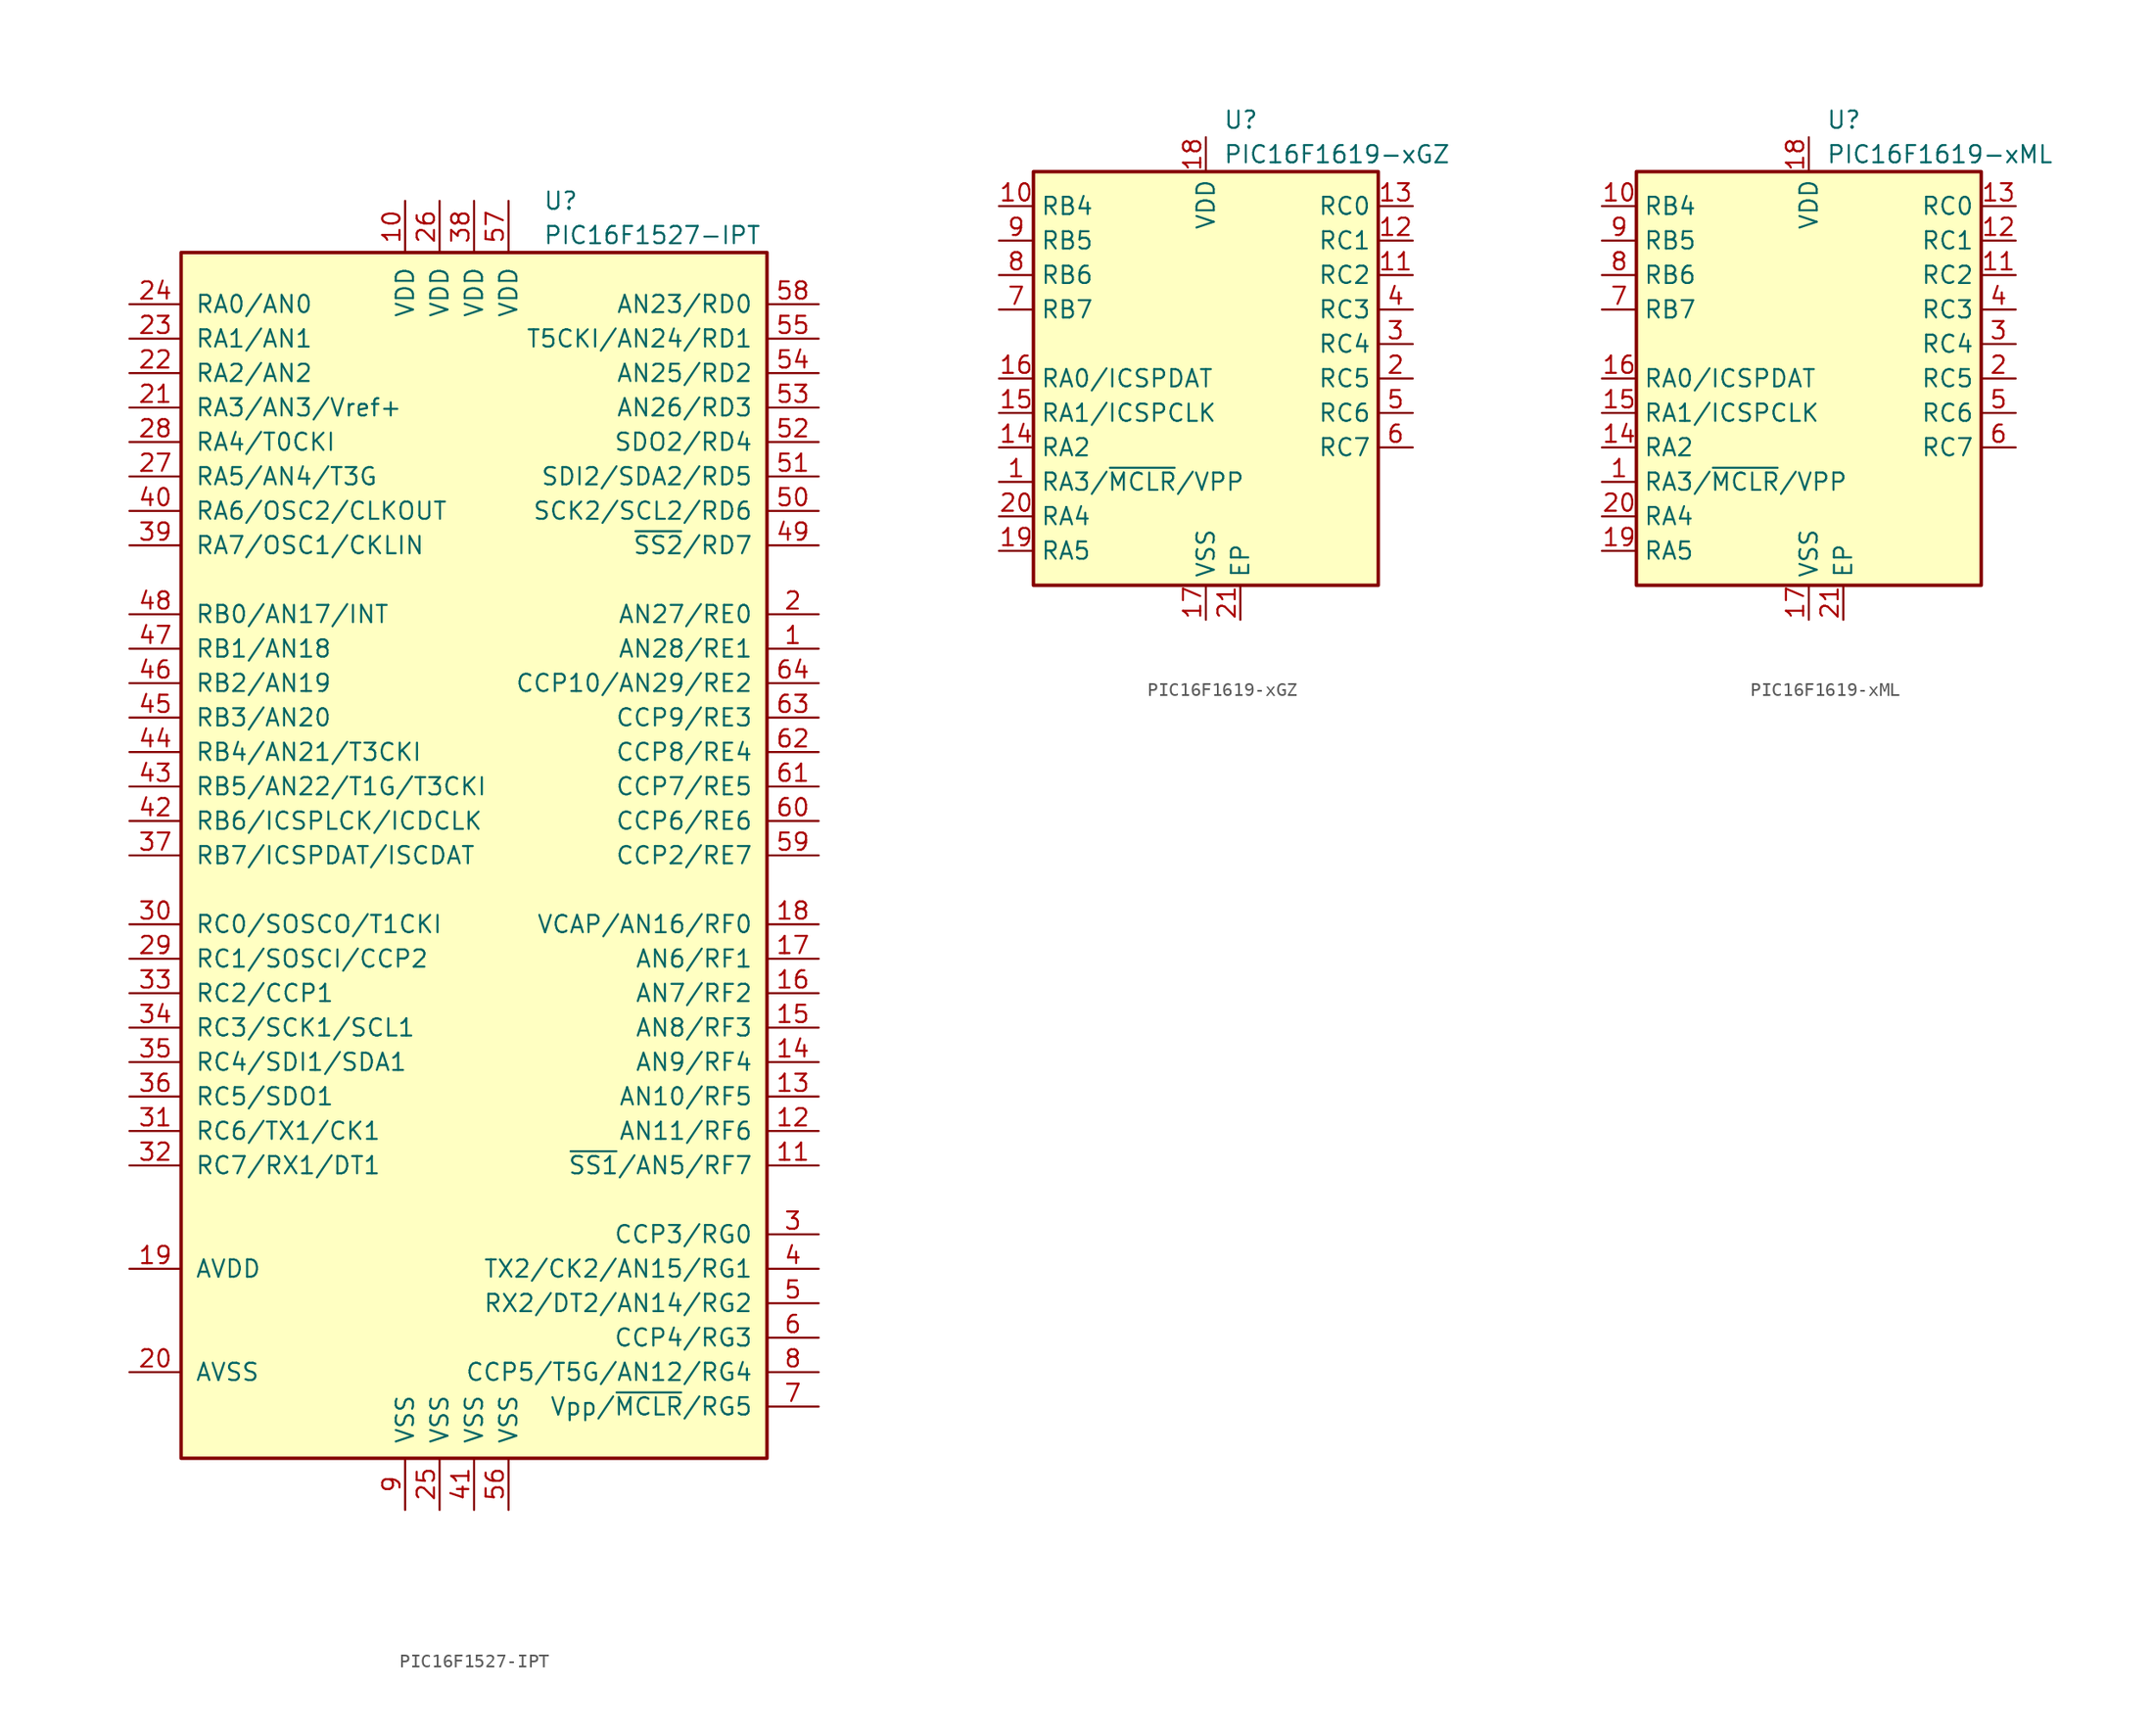
<source format=kicad_sym>
(kicad_symbol_lib
  (version 20200908)
  (generator kicad_symbol_editor)
  (symbol "MCU_Microchip_PIC16:PIC16F1527-IPT"
    (pin_names
      (offset 1.016))
    (property "Reference" "U"
      (at 5.08 48.26 0)
      (effects (font (size 1.27 1.27)) (justify left)))
    (property "Value" "PIC16F1527-IPT"
      (at 5.08 45.72 0)
      (effects (font (size 1.27 1.27)) (justify left)))
    (symbol "PIC16F1527-IPT_0_1"
      (rectangle (start -21.59 44.45) (end 21.59 -44.45) (stroke (width 0.254)) (fill (type background))))
    (symbol "PIC16F1527-IPT_1_1"
      (pin bidirectional line (at 25.4 15.24 180) (length 3.81) (name "AN28/RE1" (effects (font (size 1.27 1.27)))) (number "1" (effects (font (size 1.27 1.27)))))
      (pin power_in line (at -5.08 48.26 270) (length 3.81) (name "VDD" (effects (font (size 1.27 1.27)))) (number "10" (effects (font (size 1.27 1.27)))))
      (pin bidirectional line (at 25.4 -22.86 180) (length 3.81) (name "~SS1~/AN5/RF7" (effects (font (size 1.27 1.27)))) (number "11" (effects (font (size 1.27 1.27)))))
      (pin bidirectional line (at 25.4 -20.32 180) (length 3.81) (name "AN11/RF6" (effects (font (size 1.27 1.27)))) (number "12" (effects (font (size 1.27 1.27)))))
      (pin bidirectional line (at 25.4 -17.78 180) (length 3.81) (name "AN10/RF5" (effects (font (size 1.27 1.27)))) (number "13" (effects (font (size 1.27 1.27)))))
      (pin bidirectional line (at 25.4 -15.24 180) (length 3.81) (name "AN9/RF4" (effects (font (size 1.27 1.27)))) (number "14" (effects (font (size 1.27 1.27)))))
      (pin bidirectional line (at 25.4 -12.7 180) (length 3.81) (name "AN8/RF3" (effects (font (size 1.27 1.27)))) (number "15" (effects (font (size 1.27 1.27)))))
      (pin bidirectional line (at 25.4 -10.16 180) (length 3.81) (name "AN7/RF2" (effects (font (size 1.27 1.27)))) (number "16" (effects (font (size 1.27 1.27)))))
      (pin bidirectional line (at 25.4 -7.62 180) (length 3.81) (name "AN6/RF1" (effects (font (size 1.27 1.27)))) (number "17" (effects (font (size 1.27 1.27)))))
      (pin bidirectional line (at 25.4 -5.08 180) (length 3.81) (name "VCAP/AN16/RF0" (effects (font (size 1.27 1.27)))) (number "18" (effects (font (size 1.27 1.27)))))
      (pin power_in line (at -25.4 -30.48 0) (length 3.81) (name "AVDD" (effects (font (size 1.27 1.27)))) (number "19" (effects (font (size 1.27 1.27)))))
      (pin bidirectional line (at 25.4 17.78 180) (length 3.81) (name "AN27/RE0" (effects (font (size 1.27 1.27)))) (number "2" (effects (font (size 1.27 1.27)))))
      (pin power_in line (at -25.4 -38.1 0) (length 3.81) (name "AVSS" (effects (font (size 1.27 1.27)))) (number "20" (effects (font (size 1.27 1.27)))))
      (pin bidirectional line (at -25.4 33.02 0) (length 3.81) (name "RA3/AN3/Vref+" (effects (font (size 1.27 1.27)))) (number "21" (effects (font (size 1.27 1.27)))))
      (pin bidirectional line (at -25.4 35.56 0) (length 3.81) (name "RA2/AN2" (effects (font (size 1.27 1.27)))) (number "22" (effects (font (size 1.27 1.27)))))
      (pin bidirectional line (at -25.4 38.1 0) (length 3.81) (name "RA1/AN1" (effects (font (size 1.27 1.27)))) (number "23" (effects (font (size 1.27 1.27)))))
      (pin bidirectional line (at -25.4 40.64 0) (length 3.81) (name "RA0/AN0" (effects (font (size 1.27 1.27)))) (number "24" (effects (font (size 1.27 1.27)))))
      (pin power_in line (at -2.54 -48.26 90) (length 3.81) (name "VSS" (effects (font (size 1.27 1.27)))) (number "25" (effects (font (size 1.27 1.27)))))
      (pin power_in line (at -2.54 48.26 270) (length 3.81) (name "VDD" (effects (font (size 1.27 1.27)))) (number "26" (effects (font (size 1.27 1.27)))))
      (pin bidirectional line (at -25.4 27.94 0) (length 3.81) (name "RA5/AN4/T3G" (effects (font (size 1.27 1.27)))) (number "27" (effects (font (size 1.27 1.27)))))
      (pin bidirectional line (at -25.4 30.48 0) (length 3.81) (name "RA4/T0CKI" (effects (font (size 1.27 1.27)))) (number "28" (effects (font (size 1.27 1.27)))))
      (pin bidirectional line (at -25.4 -7.62 0) (length 3.81) (name "RC1/SOSCI/CCP2" (effects (font (size 1.27 1.27)))) (number "29" (effects (font (size 1.27 1.27)))))
      (pin bidirectional line (at 25.4 -27.94 180) (length 3.81) (name "CCP3/RG0" (effects (font (size 1.27 1.27)))) (number "3" (effects (font (size 1.27 1.27)))))
      (pin bidirectional line (at -25.4 -5.08 0) (length 3.81) (name "RC0/SOSCO/T1CKI" (effects (font (size 1.27 1.27)))) (number "30" (effects (font (size 1.27 1.27)))))
      (pin bidirectional line (at -25.4 -20.32 0) (length 3.81) (name "RC6/TX1/CK1" (effects (font (size 1.27 1.27)))) (number "31" (effects (font (size 1.27 1.27)))))
      (pin bidirectional line (at -25.4 -22.86 0) (length 3.81) (name "RC7/RX1/DT1" (effects (font (size 1.27 1.27)))) (number "32" (effects (font (size 1.27 1.27)))))
      (pin bidirectional line (at -25.4 -10.16 0) (length 3.81) (name "RC2/CCP1" (effects (font (size 1.27 1.27)))) (number "33" (effects (font (size 1.27 1.27)))))
      (pin bidirectional line (at -25.4 -12.7 0) (length 3.81) (name "RC3/SCK1/SCL1" (effects (font (size 1.27 1.27)))) (number "34" (effects (font (size 1.27 1.27)))))
      (pin bidirectional line (at -25.4 -15.24 0) (length 3.81) (name "RC4/SDI1/SDA1" (effects (font (size 1.27 1.27)))) (number "35" (effects (font (size 1.27 1.27)))))
      (pin bidirectional line (at -25.4 -17.78 0) (length 3.81) (name "RC5/SDO1" (effects (font (size 1.27 1.27)))) (number "36" (effects (font (size 1.27 1.27)))))
      (pin bidirectional line (at -25.4 0 0) (length 3.81) (name "RB7/ICSPDAT/ISCDAT" (effects (font (size 1.27 1.27)))) (number "37" (effects (font (size 1.27 1.27)))))
      (pin power_in line (at 0 48.26 270) (length 3.81) (name "VDD" (effects (font (size 1.27 1.27)))) (number "38" (effects (font (size 1.27 1.27)))))
      (pin bidirectional line (at -25.4 22.86 0) (length 3.81) (name "RA7/OSC1/CKLIN" (effects (font (size 1.27 1.27)))) (number "39" (effects (font (size 1.27 1.27)))))
      (pin bidirectional line (at 25.4 -30.48 180) (length 3.81) (name "TX2/CK2/AN15/RG1" (effects (font (size 1.27 1.27)))) (number "4" (effects (font (size 1.27 1.27)))))
      (pin bidirectional line (at -25.4 25.4 0) (length 3.81) (name "RA6/OSC2/CLKOUT" (effects (font (size 1.27 1.27)))) (number "40" (effects (font (size 1.27 1.27)))))
      (pin power_in line (at 0 -48.26 90) (length 3.81) (name "VSS" (effects (font (size 1.27 1.27)))) (number "41" (effects (font (size 1.27 1.27)))))
      (pin bidirectional line (at -25.4 2.54 0) (length 3.81) (name "RB6/ICSPLCK/ICDCLK" (effects (font (size 1.27 1.27)))) (number "42" (effects (font (size 1.27 1.27)))))
      (pin bidirectional line (at -25.4 5.08 0) (length 3.81) (name "RB5/AN22/T1G/T3CKI" (effects (font (size 1.27 1.27)))) (number "43" (effects (font (size 1.27 1.27)))))
      (pin bidirectional line (at -25.4 7.62 0) (length 3.81) (name "RB4/AN21/T3CKI" (effects (font (size 1.27 1.27)))) (number "44" (effects (font (size 1.27 1.27)))))
      (pin bidirectional line (at -25.4 10.16 0) (length 3.81) (name "RB3/AN20" (effects (font (size 1.27 1.27)))) (number "45" (effects (font (size 1.27 1.27)))))
      (pin bidirectional line (at -25.4 12.7 0) (length 3.81) (name "RB2/AN19" (effects (font (size 1.27 1.27)))) (number "46" (effects (font (size 1.27 1.27)))))
      (pin bidirectional line (at -25.4 15.24 0) (length 3.81) (name "RB1/AN18" (effects (font (size 1.27 1.27)))) (number "47" (effects (font (size 1.27 1.27)))))
      (pin bidirectional line (at -25.4 17.78 0) (length 3.81) (name "RB0/AN17/INT" (effects (font (size 1.27 1.27)))) (number "48" (effects (font (size 1.27 1.27)))))
      (pin bidirectional line (at 25.4 22.86 180) (length 3.81) (name "~SS2~/RD7" (effects (font (size 1.27 1.27)))) (number "49" (effects (font (size 1.27 1.27)))))
      (pin bidirectional line (at 25.4 -33.02 180) (length 3.81) (name "RX2/DT2/AN14/RG2" (effects (font (size 1.27 1.27)))) (number "5" (effects (font (size 1.27 1.27)))))
      (pin bidirectional line (at 25.4 25.4 180) (length 3.81) (name "SCK2/SCL2/RD6" (effects (font (size 1.27 1.27)))) (number "50" (effects (font (size 1.27 1.27)))))
      (pin bidirectional line (at 25.4 27.94 180) (length 3.81) (name "SDI2/SDA2/RD5" (effects (font (size 1.27 1.27)))) (number "51" (effects (font (size 1.27 1.27)))))
      (pin bidirectional line (at 25.4 30.48 180) (length 3.81) (name "SDO2/RD4" (effects (font (size 1.27 1.27)))) (number "52" (effects (font (size 1.27 1.27)))))
      (pin bidirectional line (at 25.4 33.02 180) (length 3.81) (name "AN26/RD3" (effects (font (size 1.27 1.27)))) (number "53" (effects (font (size 1.27 1.27)))))
      (pin bidirectional line (at 25.4 35.56 180) (length 3.81) (name "AN25/RD2" (effects (font (size 1.27 1.27)))) (number "54" (effects (font (size 1.27 1.27)))))
      (pin bidirectional line (at 25.4 38.1 180) (length 3.81) (name "T5CKI/AN24/RD1" (effects (font (size 1.27 1.27)))) (number "55" (effects (font (size 1.27 1.27)))))
      (pin power_in line (at 2.54 -48.26 90) (length 3.81) (name "VSS" (effects (font (size 1.27 1.27)))) (number "56" (effects (font (size 1.27 1.27)))))
      (pin power_in line (at 2.54 48.26 270) (length 3.81) (name "VDD" (effects (font (size 1.27 1.27)))) (number "57" (effects (font (size 1.27 1.27)))))
      (pin bidirectional line (at 25.4 40.64 180) (length 3.81) (name "AN23/RD0" (effects (font (size 1.27 1.27)))) (number "58" (effects (font (size 1.27 1.27)))))
      (pin bidirectional line (at 25.4 0 180) (length 3.81) (name "CCP2/RE7" (effects (font (size 1.27 1.27)))) (number "59" (effects (font (size 1.27 1.27)))))
      (pin bidirectional line (at 25.4 -35.56 180) (length 3.81) (name "CCP4/RG3" (effects (font (size 1.27 1.27)))) (number "6" (effects (font (size 1.27 1.27)))))
      (pin bidirectional line (at 25.4 2.54 180) (length 3.81) (name "CCP6/RE6" (effects (font (size 1.27 1.27)))) (number "60" (effects (font (size 1.27 1.27)))))
      (pin bidirectional line (at 25.4 5.08 180) (length 3.81) (name "CCP7/RE5" (effects (font (size 1.27 1.27)))) (number "61" (effects (font (size 1.27 1.27)))))
      (pin bidirectional line (at 25.4 7.62 180) (length 3.81) (name "CCP8/RE4" (effects (font (size 1.27 1.27)))) (number "62" (effects (font (size 1.27 1.27)))))
      (pin bidirectional line (at 25.4 10.16 180) (length 3.81) (name "CCP9/RE3" (effects (font (size 1.27 1.27)))) (number "63" (effects (font (size 1.27 1.27)))))
      (pin bidirectional line (at 25.4 12.7 180) (length 3.81) (name "CCP10/AN29/RE2" (effects (font (size 1.27 1.27)))) (number "64" (effects (font (size 1.27 1.27)))))
      (pin input line (at 25.4 -40.64 180) (length 3.81) (name "Vpp/~MCLR~/RG5" (effects (font (size 1.27 1.27)))) (number "7" (effects (font (size 1.27 1.27)))))
      (pin bidirectional line (at 25.4 -38.1 180) (length 3.81) (name "CCP5/T5G/AN12/RG4" (effects (font (size 1.27 1.27)))) (number "8" (effects (font (size 1.27 1.27)))))
      (pin power_in line (at -5.08 -48.26 90) (length 3.81) (name "VSS" (effects (font (size 1.27 1.27)))) (number "9" (effects (font (size 1.27 1.27)))))))
  (symbol "MCU_Microchip_PIC16:PIC16F1619-xGZ"
    (property "Reference" "U"
      (at 1.27 19.05 0)
      (effects (font (size 1.27 1.27)) (justify left)))
    (property "Value" "PIC16F1619-xGZ"
      (at 1.27 16.51 0)
      (effects (font (size 1.27 1.27)) (justify left)))
    (symbol "PIC16F1619-xGZ_0_1"
      (rectangle (start -12.7 15.24) (end 12.7 -15.24) (stroke (width 0.254)) (fill (type background))))
    (symbol "PIC16F1619-xGZ_0_0"
      (pin passive line (at 2.54 -17.78 90) (length 2.54) (name "EP" (effects (font (size 1.27 1.27)))) (number "21" (effects (font (size 1.27 1.27))))))
    (symbol "PIC16F1619-xGZ_1_1"
      (pin bidirectional line (at -15.24 -7.62 0) (length 2.54) (name "RA3/~MCLR~/VPP" (effects (font (size 1.27 1.27)))) (number "1" (effects (font (size 1.27 1.27)))))
      (pin bidirectional line (at -15.24 12.7 0) (length 2.54) (name "RB4" (effects (font (size 1.27 1.27)))) (number "10" (effects (font (size 1.27 1.27)))))
      (pin bidirectional line (at 15.24 7.62 180) (length 2.54) (name "RC2" (effects (font (size 1.27 1.27)))) (number "11" (effects (font (size 1.27 1.27)))))
      (pin bidirectional line (at 15.24 10.16 180) (length 2.54) (name "RC1" (effects (font (size 1.27 1.27)))) (number "12" (effects (font (size 1.27 1.27)))))
      (pin bidirectional line (at 15.24 12.7 180) (length 2.54) (name "RC0" (effects (font (size 1.27 1.27)))) (number "13" (effects (font (size 1.27 1.27)))))
      (pin bidirectional line (at -15.24 -5.08 0) (length 2.54) (name "RA2" (effects (font (size 1.27 1.27)))) (number "14" (effects (font (size 1.27 1.27)))))
      (pin bidirectional line (at -15.24 -2.54 0) (length 2.54) (name "RA1/ICSPCLK" (effects (font (size 1.27 1.27)))) (number "15" (effects (font (size 1.27 1.27)))))
      (pin bidirectional line (at -15.24 0 0) (length 2.54) (name "RA0/ICSPDAT" (effects (font (size 1.27 1.27)))) (number "16" (effects (font (size 1.27 1.27)))))
      (pin power_in line (at 0 -17.78 90) (length 2.54) (name "VSS" (effects (font (size 1.27 1.27)))) (number "17" (effects (font (size 1.27 1.27)))))
      (pin power_in line (at 0 17.78 270) (length 2.54) (name "VDD" (effects (font (size 1.27 1.27)))) (number "18" (effects (font (size 1.27 1.27)))))
      (pin bidirectional line (at -15.24 -12.7 0) (length 2.54) (name "RA5" (effects (font (size 1.27 1.27)))) (number "19" (effects (font (size 1.27 1.27)))))
      (pin bidirectional line (at 15.24 0 180) (length 2.54) (name "RC5" (effects (font (size 1.27 1.27)))) (number "2" (effects (font (size 1.27 1.27)))))
      (pin bidirectional line (at -15.24 -10.16 0) (length 2.54) (name "RA4" (effects (font (size 1.27 1.27)))) (number "20" (effects (font (size 1.27 1.27)))))
      (pin bidirectional line (at 15.24 2.54 180) (length 2.54) (name "RC4" (effects (font (size 1.27 1.27)))) (number "3" (effects (font (size 1.27 1.27)))))
      (pin bidirectional line (at 15.24 5.08 180) (length 2.54) (name "RC3" (effects (font (size 1.27 1.27)))) (number "4" (effects (font (size 1.27 1.27)))))
      (pin bidirectional line (at 15.24 -2.54 180) (length 2.54) (name "RC6" (effects (font (size 1.27 1.27)))) (number "5" (effects (font (size 1.27 1.27)))))
      (pin bidirectional line (at 15.24 -5.08 180) (length 2.54) (name "RC7" (effects (font (size 1.27 1.27)))) (number "6" (effects (font (size 1.27 1.27)))))
      (pin bidirectional line (at -15.24 5.08 0) (length 2.54) (name "RB7" (effects (font (size 1.27 1.27)))) (number "7" (effects (font (size 1.27 1.27)))))
      (pin bidirectional line (at -15.24 7.62 0) (length 2.54) (name "RB6" (effects (font (size 1.27 1.27)))) (number "8" (effects (font (size 1.27 1.27)))))
      (pin bidirectional line (at -15.24 10.16 0) (length 2.54) (name "RB5" (effects (font (size 1.27 1.27)))) (number "9" (effects (font (size 1.27 1.27)))))))
  (symbol "MCU_Microchip_PIC16:PIC16F1619-xML"
    (property "Reference" "U"
      (at 1.27 19.05 0)
      (effects (font (size 1.27 1.27)) (justify left)))
    (property "Value" "PIC16F1619-xML"
      (at 1.27 16.51 0)
      (effects (font (size 1.27 1.27)) (justify left)))
    (symbol "PIC16F1619-xML_0_1"
      (rectangle (start -12.7 15.24) (end 12.7 -15.24) (stroke (width 0.254)) (fill (type background))))
    (symbol "PIC16F1619-xML_0_0"
      (pin passive line (at 2.54 -17.78 90) (length 2.54) (name "EP" (effects (font (size 1.27 1.27)))) (number "21" (effects (font (size 1.27 1.27))))))
    (symbol "PIC16F1619-xML_1_1"
      (pin bidirectional line (at -15.24 -7.62 0) (length 2.54) (name "RA3/~MCLR~/VPP" (effects (font (size 1.27 1.27)))) (number "1" (effects (font (size 1.27 1.27)))))
      (pin bidirectional line (at -15.24 12.7 0) (length 2.54) (name "RB4" (effects (font (size 1.27 1.27)))) (number "10" (effects (font (size 1.27 1.27)))))
      (pin bidirectional line (at 15.24 7.62 180) (length 2.54) (name "RC2" (effects (font (size 1.27 1.27)))) (number "11" (effects (font (size 1.27 1.27)))))
      (pin bidirectional line (at 15.24 10.16 180) (length 2.54) (name "RC1" (effects (font (size 1.27 1.27)))) (number "12" (effects (font (size 1.27 1.27)))))
      (pin bidirectional line (at 15.24 12.7 180) (length 2.54) (name "RC0" (effects (font (size 1.27 1.27)))) (number "13" (effects (font (size 1.27 1.27)))))
      (pin bidirectional line (at -15.24 -5.08 0) (length 2.54) (name "RA2" (effects (font (size 1.27 1.27)))) (number "14" (effects (font (size 1.27 1.27)))))
      (pin bidirectional line (at -15.24 -2.54 0) (length 2.54) (name "RA1/ICSPCLK" (effects (font (size 1.27 1.27)))) (number "15" (effects (font (size 1.27 1.27)))))
      (pin bidirectional line (at -15.24 0 0) (length 2.54) (name "RA0/ICSPDAT" (effects (font (size 1.27 1.27)))) (number "16" (effects (font (size 1.27 1.27)))))
      (pin power_in line (at 0 -17.78 90) (length 2.54) (name "VSS" (effects (font (size 1.27 1.27)))) (number "17" (effects (font (size 1.27 1.27)))))
      (pin power_in line (at 0 17.78 270) (length 2.54) (name "VDD" (effects (font (size 1.27 1.27)))) (number "18" (effects (font (size 1.27 1.27)))))
      (pin bidirectional line (at -15.24 -12.7 0) (length 2.54) (name "RA5" (effects (font (size 1.27 1.27)))) (number "19" (effects (font (size 1.27 1.27)))))
      (pin bidirectional line (at 15.24 0 180) (length 2.54) (name "RC5" (effects (font (size 1.27 1.27)))) (number "2" (effects (font (size 1.27 1.27)))))
      (pin bidirectional line (at -15.24 -10.16 0) (length 2.54) (name "RA4" (effects (font (size 1.27 1.27)))) (number "20" (effects (font (size 1.27 1.27)))))
      (pin bidirectional line (at 15.24 2.54 180) (length 2.54) (name "RC4" (effects (font (size 1.27 1.27)))) (number "3" (effects (font (size 1.27 1.27)))))
      (pin bidirectional line (at 15.24 5.08 180) (length 2.54) (name "RC3" (effects (font (size 1.27 1.27)))) (number "4" (effects (font (size 1.27 1.27)))))
      (pin bidirectional line (at 15.24 -2.54 180) (length 2.54) (name "RC6" (effects (font (size 1.27 1.27)))) (number "5" (effects (font (size 1.27 1.27)))))
      (pin bidirectional line (at 15.24 -5.08 180) (length 2.54) (name "RC7" (effects (font (size 1.27 1.27)))) (number "6" (effects (font (size 1.27 1.27)))))
      (pin bidirectional line (at -15.24 5.08 0) (length 2.54) (name "RB7" (effects (font (size 1.27 1.27)))) (number "7" (effects (font (size 1.27 1.27)))))
      (pin bidirectional line (at -15.24 7.62 0) (length 2.54) (name "RB6" (effects (font (size 1.27 1.27)))) (number "8" (effects (font (size 1.27 1.27)))))
      (pin bidirectional line (at -15.24 10.16 0) (length 2.54) (name "RB5" (effects (font (size 1.27 1.27)))) (number "9" (effects (font (size 1.27 1.27))))))))
</source>
